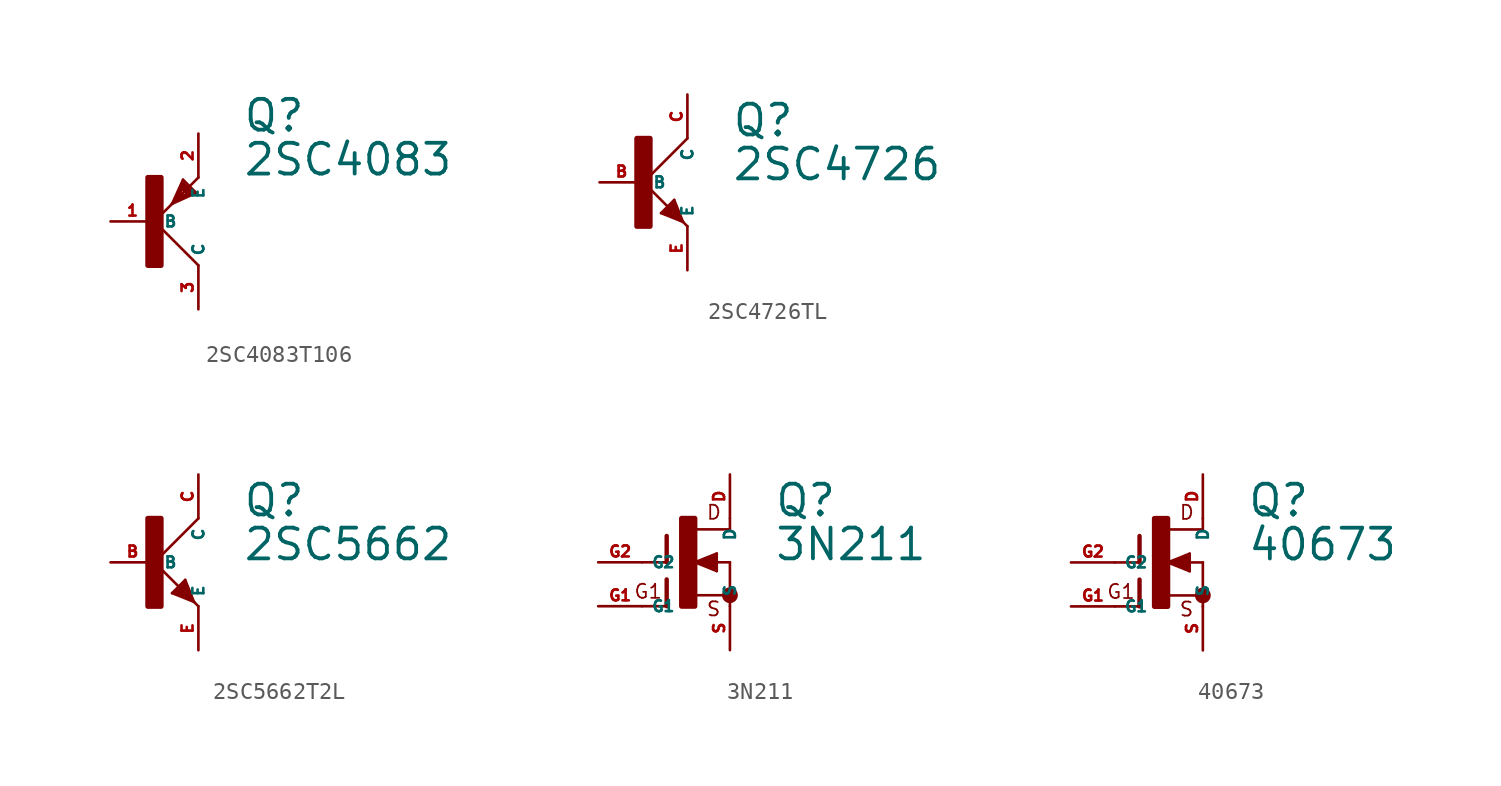
<source format=kicad_sym>
(kicad_symbol_lib
  (version 20220914)
  (generator Eagle2Kicad)
  (symbol "2SC4083T106"
    (property "Reference" "Q"
      (at 5.08 5.08 0)
      (effects (font (size 1.778 1.778) (thickness 0.22)) (justify left bottom)))
    (property "Value" "2SC4083"
      (at 5.08 2.54 0)
      (effects (font (size 1.778 1.778) (thickness 0.22)) (justify left bottom)))
    (polyline
      (pts (xy 2.54 -2.54) (xy 0 0))
      (stroke (width 0.152) (type default))
      (fill (type none)))
    (polyline
      (pts (xy 0 0) (xy 1.016 1.016))
      (stroke (width 0.152) (type default))
      (fill (type none)))
    (polyline
      (pts (xy 1.651 2.413) (xy 1.016 1.016))
      (stroke (width 0.152) (type default))
      (fill (type none)))
    (polyline
      (pts (xy 1.016 1.016) (xy 1.27 1.27))
      (stroke (width 0.152) (type default))
      (fill (type none)))
    (polyline
      (pts (xy 1.27 1.27) (xy 2.54 2.54))
      (stroke (width 0.152) (type default))
      (fill (type none)))
    (polyline
      (pts (xy 1.016 1.016) (xy 2.413 1.651))
      (stroke (width 0.152) (type default))
      (fill (type none)))
    (polyline
      (pts (xy 2.413 1.651) (xy 1.651 2.413))
      (stroke (width 0.152) (type default))
      (fill (type none)))
    (polyline
      (pts (xy 1.27 1.27) (xy 1.651 2.159))
      (stroke (width 0.254) (type default))
      (fill (type none)))
    (polyline
      (pts (xy 1.651 2.159) (xy 2.159 1.651))
      (stroke (width 0.254) (type default))
      (fill (type none)))
    (polyline
      (pts (xy 2.159 1.651) (xy 1.27 1.27))
      (stroke (width 0.254) (type default))
      (fill (type none)))
    (polyline
      (pts (xy 1.651 1.905) (xy 1.905 1.651))
      (stroke (width 0.254) (type default))
      (fill (type none)))
    (rectangle
      (start -0.381 -2.54)
      (end 0.381 2.54)
      (stroke (width 0.3) (type default))
      (fill (type outline)))
    (pin passive line
      (at -2.54 0 0)
      (length 2.54)
      (name "B" (effects (font (size 0.635 0.635) (thickness 0.08)) (justify left bottom)))
      (number "1" (effects (font (size 0.635 0.635) (thickness 0.08)) (justify left bottom))))
    (pin passive line
      (at 2.54 5.08 270)
      (length 2.54)
      (name "E" (effects (font (size 0.635 0.635) (thickness 0.08)) (justify left bottom)))
      (number "2" (effects (font (size 0.635 0.635) (thickness 0.08)) (justify left bottom))))
    (pin passive line
      (at 2.54 -5.08 90)
      (length 2.54)
      (name "C" (effects (font (size 0.635 0.635) (thickness 0.08)) (justify left bottom)))
      (number "3" (effects (font (size 0.635 0.635) (thickness 0.08)) (justify left bottom)))))
  (symbol "2SC4726TL"
    (property "Reference" "Q"
      (at 5.08 2.54 0)
      (effects (font (size 1.778 1.778) (thickness 0.22)) (justify left bottom)))
    (property "Value" "2SC4726"
      (at 5.08 0 0)
      (effects (font (size 1.778 1.778) (thickness 0.22)) (justify left bottom)))
    (polyline
      (pts (xy 2.54 2.54) (xy 0 0))
      (stroke (width 0.152) (type default))
      (fill (type none)))
    (polyline
      (pts (xy 0 0) (xy 2.032 -2.032))
      (stroke (width 0.152) (type default))
      (fill (type none)))
    (polyline
      (pts (xy 2.032 -2.032) (xy 2.286 -2.286))
      (stroke (width 0.152) (type default))
      (fill (type none)))
    (polyline
      (pts (xy 1.778 -1.016) (xy 2.286 -2.286))
      (stroke (width 0.152) (type default))
      (fill (type none)))
    (polyline
      (pts (xy 2.286 -2.286) (xy 2.54 -2.54))
      (stroke (width 0.152) (type default))
      (fill (type none)))
    (polyline
      (pts (xy 2.286 -2.286) (xy 1.016 -1.778))
      (stroke (width 0.152) (type default))
      (fill (type none)))
    (polyline
      (pts (xy 1.016 -1.778) (xy 1.778 -1.016))
      (stroke (width 0.152) (type default))
      (fill (type none)))
    (polyline
      (pts (xy 2.032 -2.032) (xy 1.778 -1.27))
      (stroke (width 0.254) (type default))
      (fill (type none)))
    (polyline
      (pts (xy 1.778 -1.27) (xy 1.27 -1.778))
      (stroke (width 0.254) (type default))
      (fill (type none)))
    (polyline
      (pts (xy 1.27 -1.778) (xy 2.032 -2.032))
      (stroke (width 0.254) (type default))
      (fill (type none)))
    (polyline
      (pts (xy 1.524 -1.778) (xy 1.778 -1.524))
      (stroke (width 0.254) (type default))
      (fill (type none)))
    (rectangle
      (start -0.381 -2.54)
      (end 0.381 2.54)
      (stroke (width 0.3) (type default))
      (fill (type outline)))
    (pin passive line
      (at -2.54 0 0)
      (length 2.54)
      (name "B" (effects (font (size 0.635 0.635) (thickness 0.08)) (justify left bottom)))
      (number "B" (effects (font (size 0.635 0.635) (thickness 0.08)) (justify left bottom))))
    (pin passive line
      (at 2.54 -5.08 90)
      (length 2.54)
      (name "E" (effects (font (size 0.635 0.635) (thickness 0.08)) (justify left bottom)))
      (number "E" (effects (font (size 0.635 0.635) (thickness 0.08)) (justify left bottom))))
    (pin passive line
      (at 2.54 5.08 270)
      (length 2.54)
      (name "C" (effects (font (size 0.635 0.635) (thickness 0.08)) (justify left bottom)))
      (number "C" (effects (font (size 0.635 0.635) (thickness 0.08)) (justify left bottom)))))
  (symbol "2SC5662T2L"
    (property "Reference" "Q"
      (at 5.08 2.54 0)
      (effects (font (size 1.778 1.778) (thickness 0.22)) (justify left bottom)))
    (property "Value" "2SC5662"
      (at 5.08 0 0)
      (effects (font (size 1.778 1.778) (thickness 0.22)) (justify left bottom)))
    (polyline
      (pts (xy 2.54 2.54) (xy 0 0))
      (stroke (width 0.152) (type default))
      (fill (type none)))
    (polyline
      (pts (xy 0 0) (xy 2.032 -2.032))
      (stroke (width 0.152) (type default))
      (fill (type none)))
    (polyline
      (pts (xy 2.032 -2.032) (xy 2.286 -2.286))
      (stroke (width 0.152) (type default))
      (fill (type none)))
    (polyline
      (pts (xy 1.778 -1.016) (xy 2.286 -2.286))
      (stroke (width 0.152) (type default))
      (fill (type none)))
    (polyline
      (pts (xy 2.286 -2.286) (xy 2.54 -2.54))
      (stroke (width 0.152) (type default))
      (fill (type none)))
    (polyline
      (pts (xy 2.286 -2.286) (xy 1.016 -1.778))
      (stroke (width 0.152) (type default))
      (fill (type none)))
    (polyline
      (pts (xy 1.016 -1.778) (xy 1.778 -1.016))
      (stroke (width 0.152) (type default))
      (fill (type none)))
    (polyline
      (pts (xy 2.032 -2.032) (xy 1.778 -1.27))
      (stroke (width 0.254) (type default))
      (fill (type none)))
    (polyline
      (pts (xy 1.778 -1.27) (xy 1.27 -1.778))
      (stroke (width 0.254) (type default))
      (fill (type none)))
    (polyline
      (pts (xy 1.27 -1.778) (xy 2.032 -2.032))
      (stroke (width 0.254) (type default))
      (fill (type none)))
    (polyline
      (pts (xy 1.524 -1.778) (xy 1.778 -1.524))
      (stroke (width 0.254) (type default))
      (fill (type none)))
    (rectangle
      (start -0.381 -2.54)
      (end 0.381 2.54)
      (stroke (width 0.3) (type default))
      (fill (type outline)))
    (pin passive line
      (at -2.54 0 0)
      (length 2.54)
      (name "B" (effects (font (size 0.635 0.635) (thickness 0.08)) (justify left bottom)))
      (number "B" (effects (font (size 0.635 0.635) (thickness 0.08)) (justify left bottom))))
    (pin passive line
      (at 2.54 -5.08 90)
      (length 2.54)
      (name "E" (effects (font (size 0.635 0.635) (thickness 0.08)) (justify left bottom)))
      (number "E" (effects (font (size 0.635 0.635) (thickness 0.08)) (justify left bottom))))
    (pin passive line
      (at 2.54 5.08 270)
      (length 2.54)
      (name "C" (effects (font (size 0.635 0.635) (thickness 0.08)) (justify left bottom)))
      (number "C" (effects (font (size 0.635 0.635) (thickness 0.08)) (justify left bottom)))))
  (symbol "3N211"
    (property "Reference" "Q"
      (at 5.08 2.54 0)
      (effects (font (size 1.778 1.778) (thickness 0.22)) (justify left bottom)))
    (property "Value" "3N211"
      (at 5.08 0 0)
      (effects (font (size 1.778 1.778) (thickness 0.22)) (justify left bottom)))
    (polyline
      (pts (xy -1.118 1.524) (xy -1.118 0))
      (stroke (width 0.254) (type default))
      (fill (type none)))
    (polyline
      (pts (xy -1.118 0) (xy -2.54 0))
      (stroke (width 0.152) (type default))
      (fill (type none)))
    (polyline
      (pts (xy -1.118 -0.991) (xy -1.118 -2.54))
      (stroke (width 0.254) (type default))
      (fill (type none)))
    (polyline
      (pts (xy -1.118 -2.54) (xy -2.54 -2.54))
      (stroke (width 0.152) (type default))
      (fill (type none)))
    (polyline
      (pts (xy 2.54 1.905) (xy 0.533 1.905))
      (stroke (width 0.152) (type default))
      (fill (type none)))
    (polyline
      (pts (xy 2.54 2.54) (xy 2.54 1.905))
      (stroke (width 0.152) (type default))
      (fill (type none)))
    (polyline
      (pts (xy 2.54 0) (xy 2.54 -2.54))
      (stroke (width 0.152) (type default))
      (fill (type none)))
    (polyline
      (pts (xy 0.508 -1.905) (xy 2.413 -1.905))
      (stroke (width 0.152) (type default))
      (fill (type none)))
    (polyline
      (pts (xy 0.508 0) (xy 1.778 -0.508))
      (stroke (width 0.152) (type default))
      (fill (type none)))
    (polyline
      (pts (xy 1.778 -0.508) (xy 1.778 0.508))
      (stroke (width 0.152) (type default))
      (fill (type none)))
    (polyline
      (pts (xy 1.778 0.508) (xy 0.508 0))
      (stroke (width 0.152) (type default))
      (fill (type none)))
    (polyline
      (pts (xy 0.508 0) (xy 0.889 0))
      (stroke (width 0.152) (type default))
      (fill (type none)))
    (polyline
      (pts (xy 0.889 0) (xy 2.54 0))
      (stroke (width 0.152) (type default))
      (fill (type none)))
    (polyline
      (pts (xy 1.651 0.254) (xy 0.889 0))
      (stroke (width 0.305) (type default))
      (fill (type none)))
    (polyline
      (pts (xy 0.889 0) (xy 1.651 -0.254))
      (stroke (width 0.305) (type default))
      (fill (type none)))
    (polyline
      (pts (xy 1.651 -0.254) (xy 1.651 0.254))
      (stroke (width 0.305) (type default))
      (fill (type none)))
    (text "D"
      (at 1.143 2.413 0)
      (effects (font (size 0.813 0.813) (thickness 0.10)) (justify left bottom)))
    (text "S"
      (at 1.143 -3.175 0)
      (effects (font (size 0.813 0.813) (thickness 0.10)) (justify left bottom)))
    (text "G1"
      (at -3.048 -2.159 0)
      (effects (font (size 0.813 0.813) (thickness 0.10)) (justify left bottom)))
    (circle
      (center 2.54 -1.905)
      (radius 0.254)
      (stroke (width 0.406) (type default))
      (fill (type none)))
    (rectangle
      (start -0.254 -2.54)
      (end 0.508 2.54)
      (stroke (width 0.3) (type default))
      (fill (type outline)))
    (pin passive line
      (at -5.08 0 0)
      (length 2.54)
      (name "G2" (effects (font (size 0.635 0.635) (thickness 0.08)) (justify left bottom)))
      (number "G2" (effects (font (size 0.635 0.635) (thickness 0.08)) (justify left bottom))))
    (pin passive line
      (at -5.08 -2.54 0)
      (length 2.54)
      (name "G1" (effects (font (size 0.635 0.635) (thickness 0.08)) (justify left bottom)))
      (number "G1" (effects (font (size 0.635 0.635) (thickness 0.08)) (justify left bottom))))
    (pin passive line
      (at 2.54 5.08 270)
      (length 2.54)
      (name "D" (effects (font (size 0.635 0.635) (thickness 0.08)) (justify left bottom)))
      (number "D" (effects (font (size 0.635 0.635) (thickness 0.08)) (justify left bottom))))
    (pin passive line
      (at 2.54 -5.08 90)
      (length 2.54)
      (name "S" (effects (font (size 0.635 0.635) (thickness 0.08)) (justify left bottom)))
      (number "S" (effects (font (size 0.635 0.635) (thickness 0.08)) (justify left bottom)))))
  (symbol "40673"
    (property "Reference" "Q"
      (at 5.08 2.54 0)
      (effects (font (size 1.778 1.778) (thickness 0.22)) (justify left bottom)))
    (property "Value" "40673"
      (at 5.08 0 0)
      (effects (font (size 1.778 1.778) (thickness 0.22)) (justify left bottom)))
    (polyline
      (pts (xy -1.118 1.524) (xy -1.118 0))
      (stroke (width 0.254) (type default))
      (fill (type none)))
    (polyline
      (pts (xy -1.118 0) (xy -2.54 0))
      (stroke (width 0.152) (type default))
      (fill (type none)))
    (polyline
      (pts (xy -1.118 -0.991) (xy -1.118 -2.54))
      (stroke (width 0.254) (type default))
      (fill (type none)))
    (polyline
      (pts (xy -1.118 -2.54) (xy -2.54 -2.54))
      (stroke (width 0.152) (type default))
      (fill (type none)))
    (polyline
      (pts (xy 2.54 1.905) (xy 0.533 1.905))
      (stroke (width 0.152) (type default))
      (fill (type none)))
    (polyline
      (pts (xy 2.54 2.54) (xy 2.54 1.905))
      (stroke (width 0.152) (type default))
      (fill (type none)))
    (polyline
      (pts (xy 2.54 0) (xy 2.54 -2.54))
      (stroke (width 0.152) (type default))
      (fill (type none)))
    (polyline
      (pts (xy 0.508 -1.905) (xy 2.413 -1.905))
      (stroke (width 0.152) (type default))
      (fill (type none)))
    (polyline
      (pts (xy 0.508 0) (xy 1.778 -0.508))
      (stroke (width 0.152) (type default))
      (fill (type none)))
    (polyline
      (pts (xy 1.778 -0.508) (xy 1.778 0.508))
      (stroke (width 0.152) (type default))
      (fill (type none)))
    (polyline
      (pts (xy 1.778 0.508) (xy 0.508 0))
      (stroke (width 0.152) (type default))
      (fill (type none)))
    (polyline
      (pts (xy 0.508 0) (xy 0.889 0))
      (stroke (width 0.152) (type default))
      (fill (type none)))
    (polyline
      (pts (xy 0.889 0) (xy 2.54 0))
      (stroke (width 0.152) (type default))
      (fill (type none)))
    (polyline
      (pts (xy 1.651 0.254) (xy 0.889 0))
      (stroke (width 0.305) (type default))
      (fill (type none)))
    (polyline
      (pts (xy 0.889 0) (xy 1.651 -0.254))
      (stroke (width 0.305) (type default))
      (fill (type none)))
    (polyline
      (pts (xy 1.651 -0.254) (xy 1.651 0.254))
      (stroke (width 0.305) (type default))
      (fill (type none)))
    (text "D"
      (at 1.143 2.413 0)
      (effects (font (size 0.813 0.813) (thickness 0.10)) (justify left bottom)))
    (text "S"
      (at 1.143 -3.175 0)
      (effects (font (size 0.813 0.813) (thickness 0.10)) (justify left bottom)))
    (text "G1"
      (at -3.048 -2.159 0)
      (effects (font (size 0.813 0.813) (thickness 0.10)) (justify left bottom)))
    (circle
      (center 2.54 -1.905)
      (radius 0.254)
      (stroke (width 0.406) (type default))
      (fill (type none)))
    (rectangle
      (start -0.254 -2.54)
      (end 0.508 2.54)
      (stroke (width 0.3) (type default))
      (fill (type outline)))
    (pin passive line
      (at -5.08 0 0)
      (length 2.54)
      (name "G2" (effects (font (size 0.635 0.635) (thickness 0.08)) (justify left bottom)))
      (number "G2" (effects (font (size 0.635 0.635) (thickness 0.08)) (justify left bottom))))
    (pin passive line
      (at -5.08 -2.54 0)
      (length 2.54)
      (name "G1" (effects (font (size 0.635 0.635) (thickness 0.08)) (justify left bottom)))
      (number "G1" (effects (font (size 0.635 0.635) (thickness 0.08)) (justify left bottom))))
    (pin passive line
      (at 2.54 5.08 270)
      (length 2.54)
      (name "D" (effects (font (size 0.635 0.635) (thickness 0.08)) (justify left bottom)))
      (number "D" (effects (font (size 0.635 0.635) (thickness 0.08)) (justify left bottom))))
    (pin passive line
      (at 2.54 -5.08 90)
      (length 2.54)
      (name "S" (effects (font (size 0.635 0.635) (thickness 0.08)) (justify left bottom)))
      (number "S" (effects (font (size 0.635 0.635) (thickness 0.08)) (justify left bottom))))))
</source>
